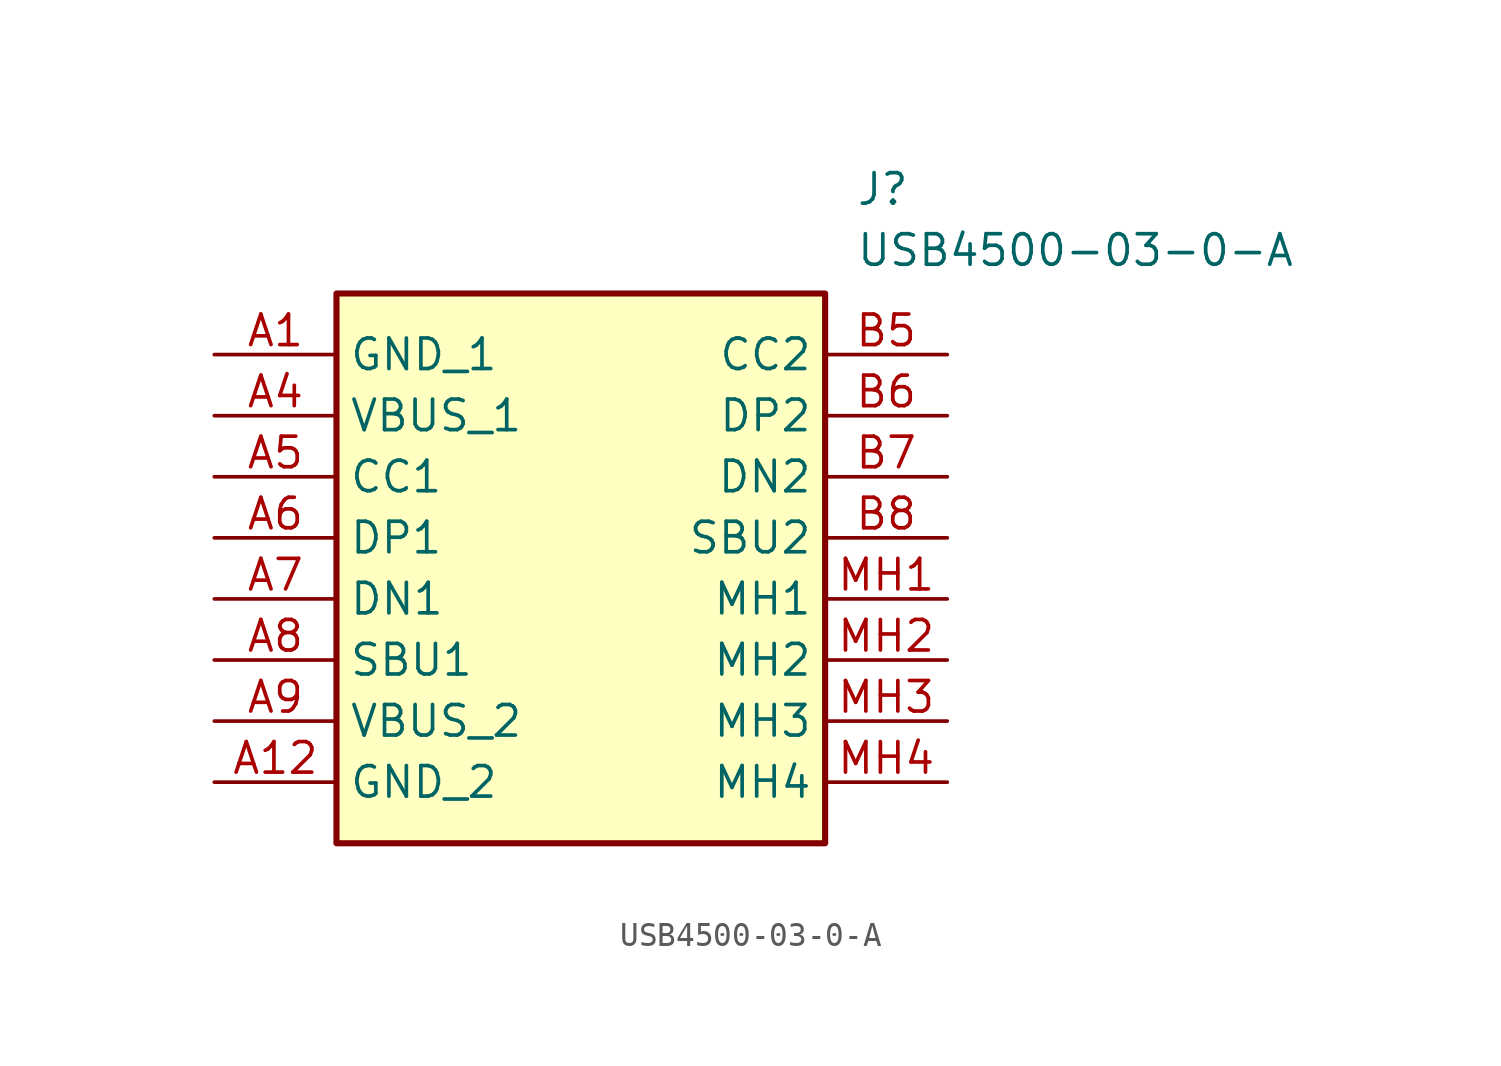
<source format=kicad_sym>
(kicad_symbol_lib
  (version 20220914)
  (generator kicad_symbol_editor)
  (symbol "USB4500-03-0-A"
    (property "Reference" "J"
      (at 26.67 7.62 0)
      (effects (font (size 1.27 1.27)) (justify left top)))
    (property "Value" "USB4500-03-0-A"
      (at 26.67 5.08 0)
      (effects (font (size 1.27 1.27)) (justify left top)))
    (symbol "USB4500-03-0-A_1_1"
      (rectangle (start 5.08 2.54) (end 25.4 -20.32) (stroke (width 0.254) (type default)) (fill (type background)))
      (pin passive line (at 0 0 0) (length 5.08) (name "GND_1" (effects (font (size 1.27 1.27)))) (number "A1" (effects (font (size 1.27 1.27)))))
      (pin passive line (at 0 -17.78 0) (length 5.08) (name "GND_2" (effects (font (size 1.27 1.27)))) (number "A12" (effects (font (size 1.27 1.27)))))
      (pin passive line (at 0 -2.54 0) (length 5.08) (name "VBUS_1" (effects (font (size 1.27 1.27)))) (number "A4" (effects (font (size 1.27 1.27)))))
      (pin passive line (at 0 -5.08 0) (length 5.08) (name "CC1" (effects (font (size 1.27 1.27)))) (number "A5" (effects (font (size 1.27 1.27)))))
      (pin passive line (at 0 -7.62 0) (length 5.08) (name "DP1" (effects (font (size 1.27 1.27)))) (number "A6" (effects (font (size 1.27 1.27)))))
      (pin passive line (at 0 -10.16 0) (length 5.08) (name "DN1" (effects (font (size 1.27 1.27)))) (number "A7" (effects (font (size 1.27 1.27)))))
      (pin passive line (at 0 -12.7 0) (length 5.08) (name "SBU1" (effects (font (size 1.27 1.27)))) (number "A8" (effects (font (size 1.27 1.27)))))
      (pin passive line (at 0 -15.24 0) (length 5.08) (name "VBUS_2" (effects (font (size 1.27 1.27)))) (number "A9" (effects (font (size 1.27 1.27)))))
      (pin passive line (at 30.48 0 180) (length 5.08) (name "CC2" (effects (font (size 1.27 1.27)))) (number "B5" (effects (font (size 1.27 1.27)))))
      (pin passive line (at 30.48 -2.54 180) (length 5.08) (name "DP2" (effects (font (size 1.27 1.27)))) (number "B6" (effects (font (size 1.27 1.27)))))
      (pin passive line (at 30.48 -5.08 180) (length 5.08) (name "DN2" (effects (font (size 1.27 1.27)))) (number "B7" (effects (font (size 1.27 1.27)))))
      (pin passive line (at 30.48 -7.62 180) (length 5.08) (name "SBU2" (effects (font (size 1.27 1.27)))) (number "B8" (effects (font (size 1.27 1.27)))))
      (pin passive line (at 30.48 -10.16 180) (length 5.08) (name "MH1" (effects (font (size 1.27 1.27)))) (number "MH1" (effects (font (size 1.27 1.27)))))
      (pin passive line (at 30.48 -12.7 180) (length 5.08) (name "MH2" (effects (font (size 1.27 1.27)))) (number "MH2" (effects (font (size 1.27 1.27)))))
      (pin passive line (at 30.48 -15.24 180) (length 5.08) (name "MH3" (effects (font (size 1.27 1.27)))) (number "MH3" (effects (font (size 1.27 1.27)))))
      (pin passive line (at 30.48 -17.78 180) (length 5.08) (name "MH4" (effects (font (size 1.27 1.27)))) (number "MH4" (effects (font (size 1.27 1.27))))))))
</source>
